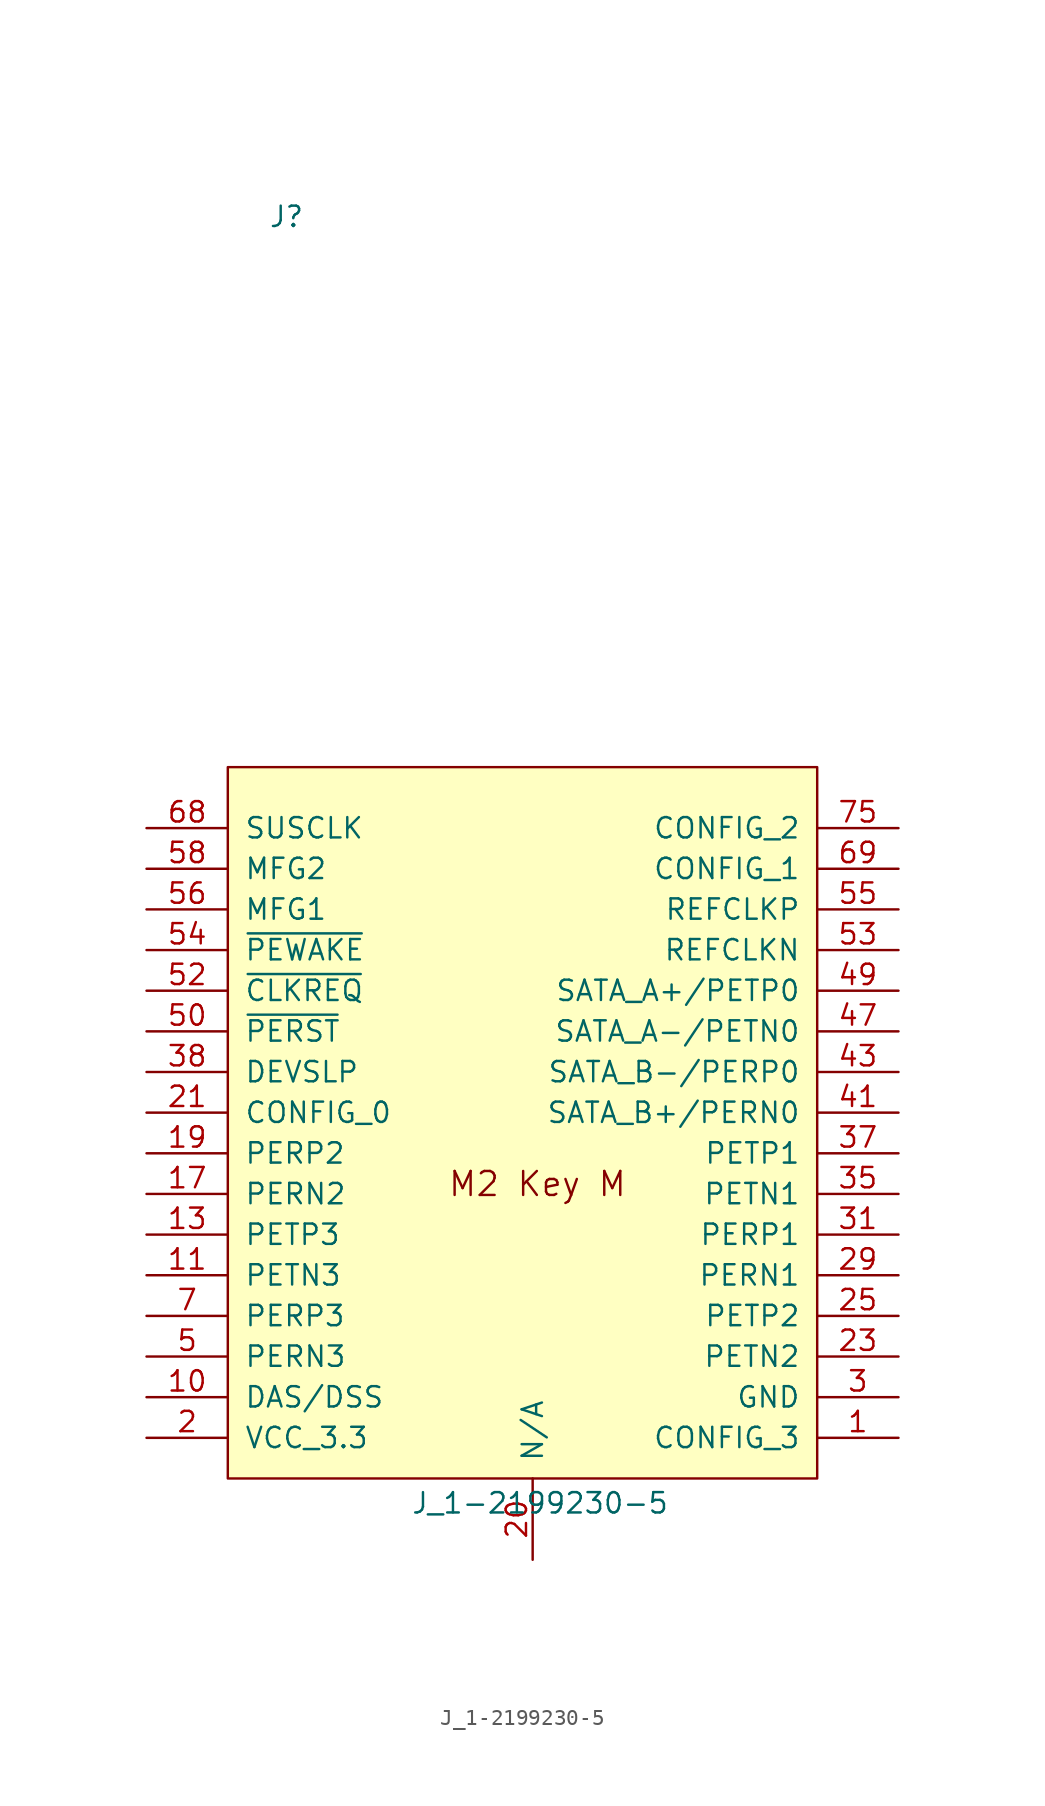
<source format=kicad_sym>
(kicad_symbol_lib
  (version 20241209)
  (generator "kicad_symbol_editor")
  (generator_version "9.0")
  (symbol "J_1-2199230-5"
    (pin_names
      (offset 1.016))
    (property "Reference" "J"
      (at -16.51 55.245 0)
      (effects (font (size 1.27 1.27)) (justify left bottom)))
    (property "Value" "J_1-2199230-5"
      (at -7.62 -25.146 0)
      (effects (font (size 1.27 1.27)) (justify left bottom)))
    (symbol "J_1-2199230-5_1_0"
      (pin bidirectional line (at 22.86 -17.78 180) (length 5.08) (hide yes) (name "GND" (effects (font (size 1.27 1.27)))) (number "80" (effects (font (size 1.27 1.27))))))
    (symbol "J_1-2199230-5_1_1"
      (rectangle (start -19.05 21.59) (end 17.78 -22.86) (stroke (width 0) (type solid)) (fill (type background)))
      (text "M2 Key M" (at -5.334 -5.334 0) (effects (font (size 1.499 1.499)) (justify left bottom)))
      (pin bidirectional line (at -24.13 17.78 0) (length 5.08) (name "SUSCLK" (effects (font (size 1.27 1.27)))) (number "68" (effects (font (size 1.27 1.27)))))
      (pin bidirectional line (at -24.13 15.24 0) (length 5.08) (name "MFG2" (effects (font (size 1.27 1.27)))) (number "58" (effects (font (size 1.27 1.27)))))
      (pin bidirectional line (at -24.13 12.7 0) (length 5.08) (name "MFG1" (effects (font (size 1.27 1.27)))) (number "56" (effects (font (size 1.27 1.27)))))
      (pin bidirectional line (at -24.13 10.16 0) (length 5.08) (name "~{PEWAKE}" (effects (font (size 1.27 1.27)))) (number "54" (effects (font (size 1.27 1.27)))))
      (pin bidirectional line (at -24.13 7.62 0) (length 5.08) (name "~{CLKREQ}" (effects (font (size 1.27 1.27)))) (number "52" (effects (font (size 1.27 1.27)))))
      (pin bidirectional line (at -24.13 5.08 0) (length 5.08) (name "~{PERST}" (effects (font (size 1.27 1.27)))) (number "50" (effects (font (size 1.27 1.27)))))
      (pin bidirectional line (at -24.13 2.54 0) (length 5.08) (name "DEVSLP" (effects (font (size 1.27 1.27)))) (number "38" (effects (font (size 1.27 1.27)))))
      (pin bidirectional line (at -24.13 0 0) (length 5.08) (name "CONFIG_0" (effects (font (size 1.27 1.27)))) (number "21" (effects (font (size 1.27 1.27)))))
      (pin bidirectional line (at -24.13 -2.54 0) (length 5.08) (name "PERP2" (effects (font (size 1.27 1.27)))) (number "19" (effects (font (size 1.27 1.27)))))
      (pin bidirectional line (at -24.13 -5.08 0) (length 5.08) (name "PERN2" (effects (font (size 1.27 1.27)))) (number "17" (effects (font (size 1.27 1.27)))))
      (pin bidirectional line (at -24.13 -7.62 0) (length 5.08) (name "PETP3" (effects (font (size 1.27 1.27)))) (number "13" (effects (font (size 1.27 1.27)))))
      (pin bidirectional line (at -24.13 -10.16 0) (length 5.08) (name "PETN3" (effects (font (size 1.27 1.27)))) (number "11" (effects (font (size 1.27 1.27)))))
      (pin bidirectional line (at -24.13 -12.7 0) (length 5.08) (name "PERP3" (effects (font (size 1.27 1.27)))) (number "7" (effects (font (size 1.27 1.27)))))
      (pin bidirectional line (at -24.13 -15.24 0) (length 5.08) (name "PERN3" (effects (font (size 1.27 1.27)))) (number "5" (effects (font (size 1.27 1.27)))))
      (pin bidirectional line (at -24.13 -17.78 0) (length 5.08) (name "DAS/DSS" (effects (font (size 1.27 1.27)))) (number "10" (effects (font (size 1.27 1.27)))))
      (pin bidirectional line (at -24.13 -20.32 0) (length 5.08) (hide yes) (name "VCC_3.3" (effects (font (size 1.27 1.27)))) (number "12" (effects (font (size 1.27 1.27)))))
      (pin bidirectional line (at -24.13 -20.32 0) (length 5.08) (hide yes) (name "VCC_3.3" (effects (font (size 1.27 1.27)))) (number "14" (effects (font (size 1.27 1.27)))))
      (pin bidirectional line (at -24.13 -20.32 0) (length 5.08) (hide yes) (name "VCC_3.3" (effects (font (size 1.27 1.27)))) (number "16" (effects (font (size 1.27 1.27)))))
      (pin bidirectional line (at -24.13 -20.32 0) (length 5.08) (hide yes) (name "VCC_3.3" (effects (font (size 1.27 1.27)))) (number "18" (effects (font (size 1.27 1.27)))))
      (pin bidirectional line (at -24.13 -20.32 0) (length 5.08) (name "VCC_3.3" (effects (font (size 1.27 1.27)))) (number "2" (effects (font (size 1.27 1.27)))))
      (pin bidirectional line (at -24.13 -20.32 0) (length 5.08) (hide yes) (name "VCC_3.3" (effects (font (size 1.27 1.27)))) (number "4" (effects (font (size 1.27 1.27)))))
      (pin bidirectional line (at -24.13 -20.32 0) (length 5.08) (hide yes) (name "VCC_3.3" (effects (font (size 1.27 1.27)))) (number "70" (effects (font (size 1.27 1.27)))))
      (pin bidirectional line (at -24.13 -20.32 0) (length 5.08) (hide yes) (name "VCC_3.3" (effects (font (size 1.27 1.27)))) (number "72" (effects (font (size 1.27 1.27)))))
      (pin bidirectional line (at -24.13 -20.32 0) (length 5.08) (hide yes) (name "VCC_3.3" (effects (font (size 1.27 1.27)))) (number "74" (effects (font (size 1.27 1.27)))))
      (pin bidirectional line (at 0 -27.94 90) (length 5.08) (name "N/A" (effects (font (size 1.27 1.27)))) (number "20" (effects (font (size 1.27 1.27)))))
      (pin bidirectional line (at 0 -27.94 90) (length 5.08) (hide yes) (name "N/A" (effects (font (size 1.27 1.27)))) (number "22" (effects (font (size 1.27 1.27)))))
      (pin bidirectional line (at 0 -27.94 90) (length 5.08) (hide yes) (name "N/A" (effects (font (size 1.27 1.27)))) (number "24" (effects (font (size 1.27 1.27)))))
      (pin bidirectional line (at 0 -27.94 90) (length 5.08) (hide yes) (name "N/A" (effects (font (size 1.27 1.27)))) (number "26" (effects (font (size 1.27 1.27)))))
      (pin bidirectional line (at 0 -27.94 90) (length 5.08) (hide yes) (name "N/A" (effects (font (size 1.27 1.27)))) (number "28" (effects (font (size 1.27 1.27)))))
      (pin bidirectional line (at 0 -27.94 90) (length 5.08) (hide yes) (name "N/A" (effects (font (size 1.27 1.27)))) (number "30" (effects (font (size 1.27 1.27)))))
      (pin bidirectional line (at 0 -27.94 90) (length 5.08) (hide yes) (name "N/A" (effects (font (size 1.27 1.27)))) (number "32" (effects (font (size 1.27 1.27)))))
      (pin bidirectional line (at 0 -27.94 90) (length 5.08) (hide yes) (name "N/A" (effects (font (size 1.27 1.27)))) (number "34" (effects (font (size 1.27 1.27)))))
      (pin bidirectional line (at 0 -27.94 90) (length 5.08) (hide yes) (name "N/A" (effects (font (size 1.27 1.27)))) (number "36" (effects (font (size 1.27 1.27)))))
      (pin bidirectional line (at 0 -27.94 90) (length 5.08) (hide yes) (name "N/A" (effects (font (size 1.27 1.27)))) (number "40" (effects (font (size 1.27 1.27)))))
      (pin bidirectional line (at 0 -27.94 90) (length 5.08) (hide yes) (name "N/A" (effects (font (size 1.27 1.27)))) (number "42" (effects (font (size 1.27 1.27)))))
      (pin bidirectional line (at 0 -27.94 90) (length 5.08) (hide yes) (name "N/A" (effects (font (size 1.27 1.27)))) (number "44" (effects (font (size 1.27 1.27)))))
      (pin bidirectional line (at 0 -27.94 90) (length 5.08) (hide yes) (name "N/A" (effects (font (size 1.27 1.27)))) (number "46" (effects (font (size 1.27 1.27)))))
      (pin bidirectional line (at 0 -27.94 90) (length 5.08) (hide yes) (name "N/A" (effects (font (size 1.27 1.27)))) (number "48" (effects (font (size 1.27 1.27)))))
      (pin bidirectional line (at 0 -27.94 90) (length 5.08) (hide yes) (name "N/A" (effects (font (size 1.27 1.27)))) (number "6" (effects (font (size 1.27 1.27)))))
      (pin bidirectional line (at 0 -27.94 90) (length 5.08) (hide yes) (name "N/A" (effects (font (size 1.27 1.27)))) (number "67" (effects (font (size 1.27 1.27)))))
      (pin bidirectional line (at 0 -27.94 90) (length 5.08) (hide yes) (name "N/A" (effects (font (size 1.27 1.27)))) (number "8" (effects (font (size 1.27 1.27)))))
      (pin bidirectional line (at 22.86 17.78 180) (length 5.08) (name "CONFIG_2" (effects (font (size 1.27 1.27)))) (number "75" (effects (font (size 1.27 1.27)))))
      (pin bidirectional line (at 22.86 15.24 180) (length 5.08) (name "CONFIG_1" (effects (font (size 1.27 1.27)))) (number "69" (effects (font (size 1.27 1.27)))))
      (pin bidirectional line (at 22.86 12.7 180) (length 5.08) (name "REFCLKP" (effects (font (size 1.27 1.27)))) (number "55" (effects (font (size 1.27 1.27)))))
      (pin bidirectional line (at 22.86 10.16 180) (length 5.08) (name "REFCLKN" (effects (font (size 1.27 1.27)))) (number "53" (effects (font (size 1.27 1.27)))))
      (pin bidirectional line (at 22.86 7.62 180) (length 5.08) (name "SATA_A+/PETP0" (effects (font (size 1.27 1.27)))) (number "49" (effects (font (size 1.27 1.27)))))
      (pin bidirectional line (at 22.86 5.08 180) (length 5.08) (name "SATA_A-/PETN0" (effects (font (size 1.27 1.27)))) (number "47" (effects (font (size 1.27 1.27)))))
      (pin bidirectional line (at 22.86 2.54 180) (length 5.08) (name "SATA_B-/PERP0" (effects (font (size 1.27 1.27)))) (number "43" (effects (font (size 1.27 1.27)))))
      (pin bidirectional line (at 22.86 0 180) (length 5.08) (name "SATA_B+/PERN0" (effects (font (size 1.27 1.27)))) (number "41" (effects (font (size 1.27 1.27)))))
      (pin bidirectional line (at 22.86 -2.54 180) (length 5.08) (name "PETP1" (effects (font (size 1.27 1.27)))) (number "37" (effects (font (size 1.27 1.27)))))
      (pin bidirectional line (at 22.86 -5.08 180) (length 5.08) (name "PETN1" (effects (font (size 1.27 1.27)))) (number "35" (effects (font (size 1.27 1.27)))))
      (pin bidirectional line (at 22.86 -7.62 180) (length 5.08) (name "PERP1" (effects (font (size 1.27 1.27)))) (number "31" (effects (font (size 1.27 1.27)))))
      (pin bidirectional line (at 22.86 -10.16 180) (length 5.08) (name "PERN1" (effects (font (size 1.27 1.27)))) (number "29" (effects (font (size 1.27 1.27)))))
      (pin bidirectional line (at 22.86 -12.7 180) (length 5.08) (name "PETP2" (effects (font (size 1.27 1.27)))) (number "25" (effects (font (size 1.27 1.27)))))
      (pin bidirectional line (at 22.86 -15.24 180) (length 5.08) (name "PETN2" (effects (font (size 1.27 1.27)))) (number "23" (effects (font (size 1.27 1.27)))))
      (pin bidirectional line (at 22.86 -17.78 180) (length 5.08) (hide yes) (name "GND" (effects (font (size 1.27 1.27)))) (number "15" (effects (font (size 1.27 1.27)))))
      (pin bidirectional line (at 22.86 -17.78 180) (length 5.08) (hide yes) (name "GND" (effects (font (size 1.27 1.27)))) (number "27" (effects (font (size 1.27 1.27)))))
      (pin bidirectional line (at 22.86 -17.78 180) (length 5.08) (name "GND" (effects (font (size 1.27 1.27)))) (number "3" (effects (font (size 1.27 1.27)))))
      (pin bidirectional line (at 22.86 -17.78 180) (length 5.08) (hide yes) (name "GND" (effects (font (size 1.27 1.27)))) (number "33" (effects (font (size 1.27 1.27)))))
      (pin bidirectional line (at 22.86 -17.78 180) (length 5.08) (hide yes) (name "GND" (effects (font (size 1.27 1.27)))) (number "39" (effects (font (size 1.27 1.27)))))
      (pin bidirectional line (at 22.86 -17.78 180) (length 5.08) (hide yes) (name "GND" (effects (font (size 1.27 1.27)))) (number "45" (effects (font (size 1.27 1.27)))))
      (pin bidirectional line (at 22.86 -17.78 180) (length 5.08) (hide yes) (name "GND" (effects (font (size 1.27 1.27)))) (number "51" (effects (font (size 1.27 1.27)))))
      (pin bidirectional line (at 22.86 -17.78 180) (length 5.08) (hide yes) (name "GND" (effects (font (size 1.27 1.27)))) (number "57" (effects (font (size 1.27 1.27)))))
      (pin bidirectional line (at 22.86 -17.78 180) (length 5.08) (hide yes) (name "GND" (effects (font (size 1.27 1.27)))) (number "71" (effects (font (size 1.27 1.27)))))
      (pin bidirectional line (at 22.86 -17.78 180) (length 5.08) (hide yes) (name "GND" (effects (font (size 1.27 1.27)))) (number "73" (effects (font (size 1.27 1.27)))))
      (pin bidirectional line (at 22.86 -17.78 180) (length 5.08) (hide yes) (name "GND" (effects (font (size 1.27 1.27)))) (number "9" (effects (font (size 1.27 1.27)))))
      (pin bidirectional line (at 22.86 -17.78 180) (length 5.08) (hide yes) (name "GND" (effects (font (size 1.27 1.27)))) (number "S1" (effects (font (size 0 0)))))
      (pin bidirectional line (at 22.86 -17.78 180) (length 5.08) (hide yes) (name "GND" (effects (font (size 1.27 1.27)))) (number "S2" (effects (font (size 0 0)))))
      (pin bidirectional line (at 22.86 -20.32 180) (length 5.08) (name "CONFIG_3" (effects (font (size 1.27 1.27)))) (number "1" (effects (font (size 1.27 1.27))))))))
</source>
